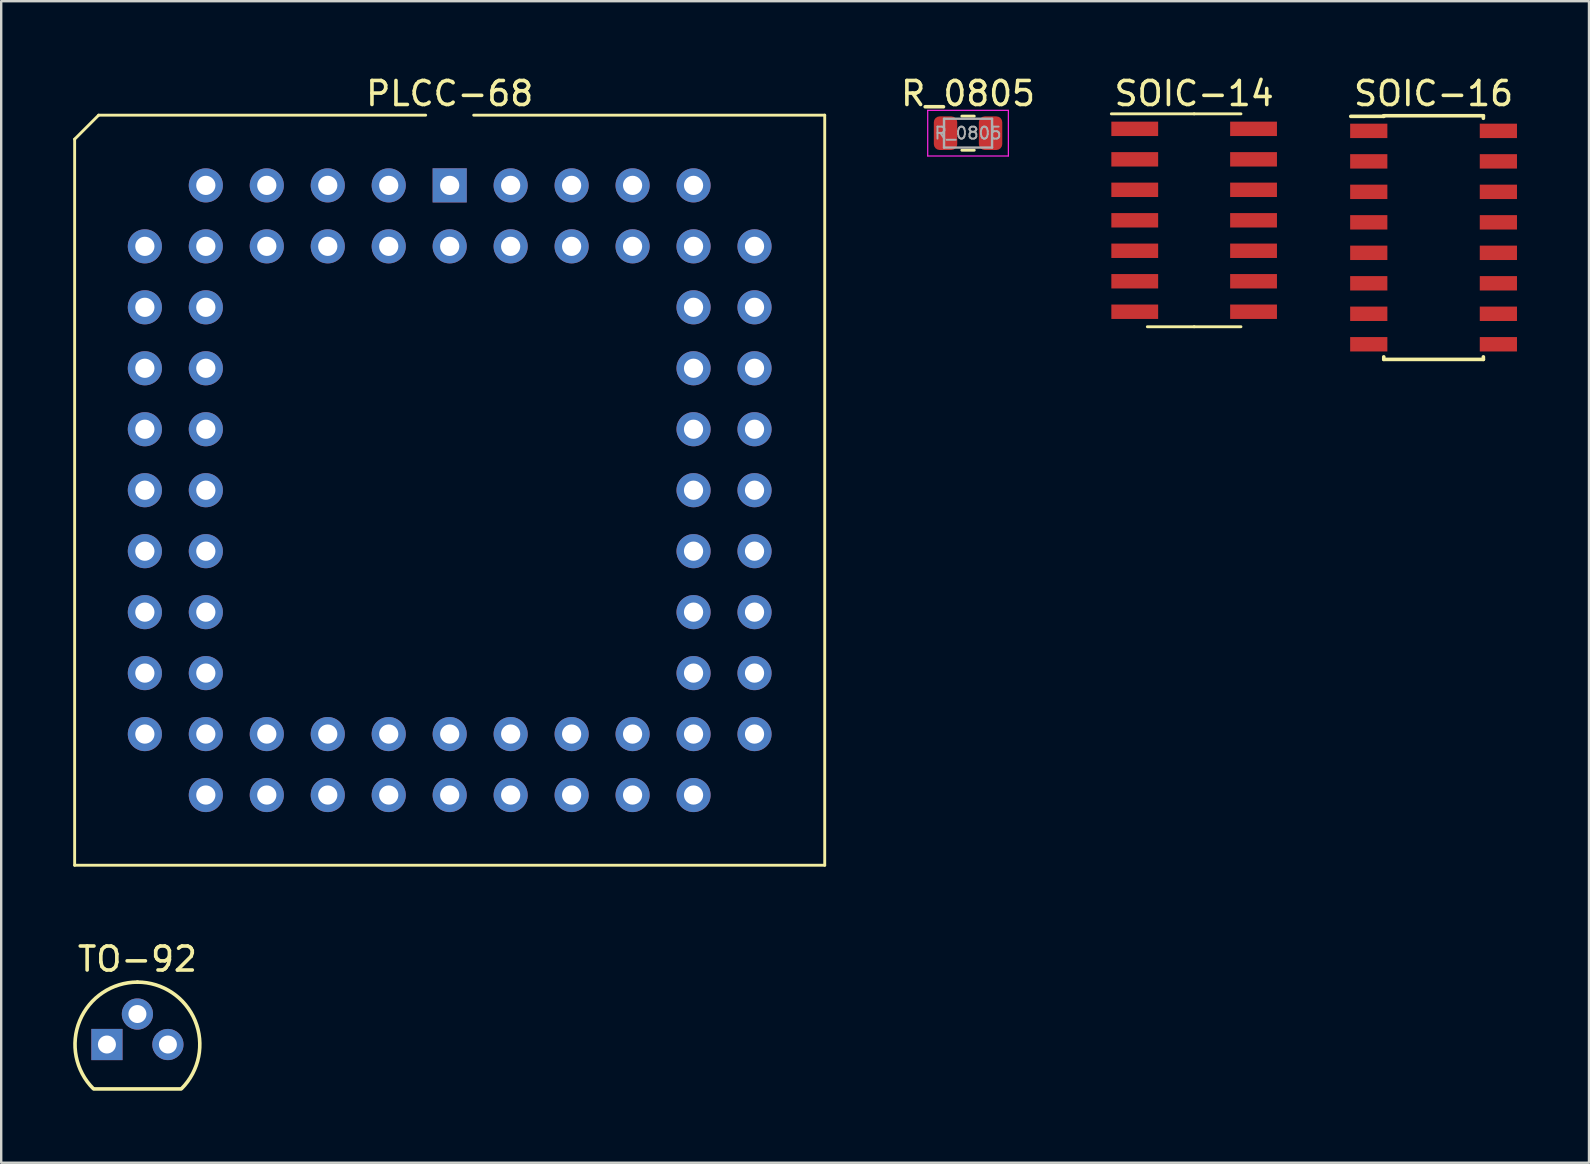
<source format=kicad_pcb>
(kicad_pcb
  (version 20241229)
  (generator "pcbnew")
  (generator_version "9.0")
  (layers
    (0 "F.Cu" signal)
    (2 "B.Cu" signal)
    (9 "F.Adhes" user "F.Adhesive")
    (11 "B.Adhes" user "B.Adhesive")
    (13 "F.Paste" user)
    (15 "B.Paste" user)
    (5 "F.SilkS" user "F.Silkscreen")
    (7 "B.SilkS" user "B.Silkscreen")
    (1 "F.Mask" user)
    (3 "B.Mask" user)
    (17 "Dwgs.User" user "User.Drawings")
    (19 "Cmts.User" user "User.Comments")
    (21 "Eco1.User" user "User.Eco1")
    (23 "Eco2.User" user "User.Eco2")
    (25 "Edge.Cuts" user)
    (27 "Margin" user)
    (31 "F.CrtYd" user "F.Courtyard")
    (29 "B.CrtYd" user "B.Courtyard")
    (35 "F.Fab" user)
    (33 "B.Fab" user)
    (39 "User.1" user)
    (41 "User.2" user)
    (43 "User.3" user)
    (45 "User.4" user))
  (footprint "R_0805"
    (layer "F.Cu")
    (at 37.281 2.498)
    (property "Reference" "R_0805" (at 0 -1.65 0) (layer "F.SilkS") (effects (font (size 1 1) (thickness 0.15))))
    (attr smd)
    (fp_line (start -0.259 -0.71) (end 0.259 -0.71) (stroke (width 0.12) (type solid)) (layer "F.SilkS"))
    (fp_line (start -0.259 0.71) (end 0.259 0.71) (stroke (width 0.12) (type solid)) (layer "F.SilkS"))
    (fp_line (start -1.68 -0.95) (end 1.68 -0.95) (stroke (width 0.05) (type solid)) (layer "F.CrtYd"))
    (fp_line (start -1.68 0.95) (end -1.68 -0.95) (stroke (width 0.05) (type solid)) (layer "F.CrtYd"))
    (fp_line (start 1.68 -0.95) (end 1.68 0.95) (stroke (width 0.05) (type solid)) (layer "F.CrtYd"))
    (fp_line (start 1.68 0.95) (end -1.68 0.95) (stroke (width 0.05) (type solid)) (layer "F.CrtYd"))
    (fp_line (start -1 -0.6) (end 1 -0.6) (stroke (width 0.1) (type solid)) (layer "F.Fab"))
    (fp_line (start -1 0.6) (end -1 -0.6) (stroke (width 0.1) (type solid)) (layer "F.Fab"))
    (fp_line (start 1 -0.6) (end 1 0.6) (stroke (width 0.1) (type solid)) (layer "F.Fab"))
    (fp_line (start 1 0.6) (end -1 0.6) (stroke (width 0.1) (type solid)) (layer "F.Fab"))
    (fp_text user "${REFERENCE}" (at 0 0 0) (layer "F.Fab") (effects (font (size 0.5 0.5) (thickness 0.08))))
    (pad "1" smd roundrect (at -0.938 0) (size 0.975 1.4) (layers "F.Cu" "F.Mask" "F.Paste") (roundrect_rratio 0.25))
    (pad "2" smd roundrect (at 0.938 0) (size 0.975 1.4) (layers "F.Cu" "F.Mask" "F.Paste") (roundrect_rratio 0.25)))
  (footprint "PLCC-68"
    (layer "F.Cu")
    (at 15.685 4.673)
    (property "Reference" "PLCC-68" (at 0 -3.825 0) (layer "F.SilkS") (effects (font (size 1 1) (thickness 0.15))))
    (attr through_hole)
    (fp_line (start -15.625 -1.925) (end -15.625 28.325) (stroke (width 0.12) (type solid)) (layer "F.SilkS"))
    (fp_line (start -15.625 28.325) (end 15.625 28.325) (stroke (width 0.12) (type solid)) (layer "F.SilkS"))
    (fp_line (start -14.625 -2.925) (end -15.625 -1.925) (stroke (width 0.12) (type solid)) (layer "F.SilkS"))
    (fp_line (start -1 -2.925) (end -14.625 -2.925) (stroke (width 0.12) (type solid)) (layer "F.SilkS"))
    (fp_line (start 15.625 -2.925) (end 1 -2.925) (stroke (width 0.12) (type solid)) (layer "F.SilkS"))
    (fp_line (start 15.625 28.325) (end 15.625 -2.925) (stroke (width 0.12) (type solid)) (layer "F.SilkS"))
    (pad "1" thru_hole rect (at 0 0) (size 1.422 1.422) (drill 0.8) (layers "*.Cu" "*.Mask"))
    (pad "2" thru_hole circle (at 0 2.54) (size 1.422 1.422) (drill 0.8) (layers "*.Cu" "*.Mask"))
    (pad "3" thru_hole circle (at -2.54 0) (size 1.422 1.422) (drill 0.8) (layers "*.Cu" "*.Mask"))
    (pad "4" thru_hole circle (at -2.54 2.54) (size 1.422 1.422) (drill 0.8) (layers "*.Cu" "*.Mask"))
    (pad "5" thru_hole circle (at -5.08 0) (size 1.422 1.422) (drill 0.8) (layers "*.Cu" "*.Mask"))
    (pad "6" thru_hole circle (at -5.08 2.54) (size 1.422 1.422) (drill 0.8) (layers "*.Cu" "*.Mask"))
    (pad "7" thru_hole circle (at -7.62 0) (size 1.422 1.422) (drill 0.8) (layers "*.Cu" "*.Mask"))
    (pad "8" thru_hole circle (at -7.62 2.54) (size 1.422 1.422) (drill 0.8) (layers "*.Cu" "*.Mask"))
    (pad "9" thru_hole circle (at -10.16 0) (size 1.422 1.422) (drill 0.8) (layers "*.Cu" "*.Mask"))
    (pad "10" thru_hole circle (at -12.7 2.54) (size 1.422 1.422) (drill 0.8) (layers "*.Cu" "*.Mask"))
    (pad "11" thru_hole circle (at -10.16 2.54) (size 1.422 1.422) (drill 0.8) (layers "*.Cu" "*.Mask"))
    (pad "12" thru_hole circle (at -12.7 5.08) (size 1.422 1.422) (drill 0.8) (layers "*.Cu" "*.Mask"))
    (pad "13" thru_hole circle (at -10.16 5.08) (size 1.422 1.422) (drill 0.8) (layers "*.Cu" "*.Mask"))
    (pad "14" thru_hole circle (at -12.7 7.62) (size 1.422 1.422) (drill 0.8) (layers "*.Cu" "*.Mask"))
    (pad "15" thru_hole circle (at -10.16 7.62) (size 1.422 1.422) (drill 0.8) (layers "*.Cu" "*.Mask"))
    (pad "16" thru_hole circle (at -12.7 10.16) (size 1.422 1.422) (drill 0.8) (layers "*.Cu" "*.Mask"))
    (pad "17" thru_hole circle (at -10.16 10.16) (size 1.422 1.422) (drill 0.8) (layers "*.Cu" "*.Mask"))
    (pad "18" thru_hole circle (at -12.7 12.7) (size 1.422 1.422) (drill 0.8) (layers "*.Cu" "*.Mask"))
    (pad "19" thru_hole circle (at -10.16 12.7) (size 1.422 1.422) (drill 0.8) (layers "*.Cu" "*.Mask"))
    (pad "20" thru_hole circle (at -12.7 15.24) (size 1.422 1.422) (drill 0.8) (layers "*.Cu" "*.Mask"))
    (pad "21" thru_hole circle (at -10.16 15.24) (size 1.422 1.422) (drill 0.8) (layers "*.Cu" "*.Mask"))
    (pad "22" thru_hole circle (at -12.7 17.78) (size 1.422 1.422) (drill 0.8) (layers "*.Cu" "*.Mask"))
    (pad "23" thru_hole circle (at -10.16 17.78) (size 1.422 1.422) (drill 0.8) (layers "*.Cu" "*.Mask"))
    (pad "24" thru_hole circle (at -12.7 20.32) (size 1.422 1.422) (drill 0.8) (layers "*.Cu" "*.Mask"))
    (pad "25" thru_hole circle (at -10.16 20.32) (size 1.422 1.422) (drill 0.8) (layers "*.Cu" "*.Mask"))
    (pad "26" thru_hole circle (at -12.7 22.86) (size 1.422 1.422) (drill 0.8) (layers "*.Cu" "*.Mask"))
    (pad "27" thru_hole circle (at -10.16 25.4) (size 1.422 1.422) (drill 0.8) (layers "*.Cu" "*.Mask"))
    (pad "28" thru_hole circle (at -10.16 22.86) (size 1.422 1.422) (drill 0.8) (layers "*.Cu" "*.Mask"))
    (pad "29" thru_hole circle (at -7.62 25.4) (size 1.422 1.422) (drill 0.8) (layers "*.Cu" "*.Mask"))
    (pad "30" thru_hole circle (at -7.62 22.86) (size 1.422 1.422) (drill 0.8) (layers "*.Cu" "*.Mask"))
    (pad "31" thru_hole circle (at -5.08 25.4) (size 1.422 1.422) (drill 0.8) (layers "*.Cu" "*.Mask"))
    (pad "32" thru_hole circle (at -5.08 22.86) (size 1.422 1.422) (drill 0.8) (layers "*.Cu" "*.Mask"))
    (pad "33" thru_hole circle (at -2.54 25.4) (size 1.422 1.422) (drill 0.8) (layers "*.Cu" "*.Mask"))
    (pad "34" thru_hole circle (at -2.54 22.86) (size 1.422 1.422) (drill 0.8) (layers "*.Cu" "*.Mask"))
    (pad "35" thru_hole circle (at 0 25.4) (size 1.422 1.422) (drill 0.8) (layers "*.Cu" "*.Mask"))
    (pad "36" thru_hole circle (at 0 22.86) (size 1.422 1.422) (drill 0.8) (layers "*.Cu" "*.Mask"))
    (pad "37" thru_hole circle (at 2.54 25.4) (size 1.422 1.422) (drill 0.8) (layers "*.Cu" "*.Mask"))
    (pad "38" thru_hole circle (at 2.54 22.86) (size 1.422 1.422) (drill 0.8) (layers "*.Cu" "*.Mask"))
    (pad "39" thru_hole circle (at 5.08 25.4) (size 1.422 1.422) (drill 0.8) (layers "*.Cu" "*.Mask"))
    (pad "40" thru_hole circle (at 5.08 22.86) (size 1.422 1.422) (drill 0.8) (layers "*.Cu" "*.Mask"))
    (pad "41" thru_hole circle (at 7.62 25.4) (size 1.422 1.422) (drill 0.8) (layers "*.Cu" "*.Mask"))
    (pad "42" thru_hole circle (at 7.62 22.86) (size 1.422 1.422) (drill 0.8) (layers "*.Cu" "*.Mask"))
    (pad "43" thru_hole circle (at 10.16 25.4) (size 1.422 1.422) (drill 0.8) (layers "*.Cu" "*.Mask"))
    (pad "44" thru_hole circle (at 12.7 22.86) (size 1.422 1.422) (drill 0.8) (layers "*.Cu" "*.Mask"))
    (pad "45" thru_hole circle (at 10.16 22.86) (size 1.422 1.422) (drill 0.8) (layers "*.Cu" "*.Mask"))
    (pad "46" thru_hole circle (at 12.7 20.32) (size 1.422 1.422) (drill 0.8) (layers "*.Cu" "*.Mask"))
    (pad "47" thru_hole circle (at 10.16 20.32) (size 1.422 1.422) (drill 0.8) (layers "*.Cu" "*.Mask"))
    (pad "48" thru_hole circle (at 12.7 17.78) (size 1.422 1.422) (drill 0.8) (layers "*.Cu" "*.Mask"))
    (pad "49" thru_hole circle (at 10.16 17.78) (size 1.422 1.422) (drill 0.8) (layers "*.Cu" "*.Mask"))
    (pad "50" thru_hole circle (at 12.7 15.24) (size 1.422 1.422) (drill 0.8) (layers "*.Cu" "*.Mask"))
    (pad "51" thru_hole circle (at 10.16 15.24) (size 1.422 1.422) (drill 0.8) (layers "*.Cu" "*.Mask"))
    (pad "52" thru_hole circle (at 12.7 12.7) (size 1.422 1.422) (drill 0.8) (layers "*.Cu" "*.Mask"))
    (pad "53" thru_hole circle (at 10.16 12.7) (size 1.422 1.422) (drill 0.8) (layers "*.Cu" "*.Mask"))
    (pad "54" thru_hole circle (at 12.7 10.16) (size 1.422 1.422) (drill 0.8) (layers "*.Cu" "*.Mask"))
    (pad "55" thru_hole circle (at 10.16 10.16) (size 1.422 1.422) (drill 0.8) (layers "*.Cu" "*.Mask"))
    (pad "56" thru_hole circle (at 12.7 7.62) (size 1.422 1.422) (drill 0.8) (layers "*.Cu" "*.Mask"))
    (pad "57" thru_hole circle (at 10.16 7.62) (size 1.422 1.422) (drill 0.8) (layers "*.Cu" "*.Mask"))
    (pad "58" thru_hole circle (at 12.7 5.08) (size 1.422 1.422) (drill 0.8) (layers "*.Cu" "*.Mask"))
    (pad "59" thru_hole circle (at 10.16 5.08) (size 1.422 1.422) (drill 0.8) (layers "*.Cu" "*.Mask"))
    (pad "60" thru_hole circle (at 12.7 2.54) (size 1.422 1.422) (drill 0.8) (layers "*.Cu" "*.Mask"))
    (pad "61" thru_hole circle (at 10.16 0) (size 1.422 1.422) (drill 0.8) (layers "*.Cu" "*.Mask"))
    (pad "62" thru_hole circle (at 10.16 2.54) (size 1.422 1.422) (drill 0.8) (layers "*.Cu" "*.Mask"))
    (pad "63" thru_hole circle (at 7.62 0) (size 1.422 1.422) (drill 0.8) (layers "*.Cu" "*.Mask"))
    (pad "64" thru_hole circle (at 7.62 2.54) (size 1.422 1.422) (drill 0.8) (layers "*.Cu" "*.Mask"))
    (pad "65" thru_hole circle (at 5.08 0) (size 1.422 1.422) (drill 0.8) (layers "*.Cu" "*.Mask"))
    (pad "66" thru_hole circle (at 5.08 2.54) (size 1.422 1.422) (drill 0.8) (layers "*.Cu" "*.Mask"))
    (pad "67" thru_hole circle (at 2.54 0) (size 1.422 1.422) (drill 0.8) (layers "*.Cu" "*.Mask"))
    (pad "68" thru_hole circle (at 2.54 2.54) (size 1.422 1.422) (drill 0.8) (layers "*.Cu" "*.Mask")))
  (footprint "SOIC-16"
    (layer "F.Cu")
    (at 56.676 6.848)
    (property "Reference" "SOIC-16" (at 0 -6 0) (layer "F.SilkS") (effects (font (size 1 1) (thickness 0.15))))
    (attr smd)
    (fp_line (start -2.075 -5.075) (end -2.075 -5.05) (stroke (width 0.15) (type solid)) (layer "F.SilkS"))
    (fp_line (start -2.075 -5.075) (end 2.075 -5.075) (stroke (width 0.15) (type solid)) (layer "F.SilkS"))
    (fp_line (start -2.075 -5.05) (end -3.45 -5.05) (stroke (width 0.15) (type solid)) (layer "F.SilkS"))
    (fp_line (start -2.075 5.075) (end -2.075 4.97) (stroke (width 0.15) (type solid)) (layer "F.SilkS"))
    (fp_line (start -2.075 5.075) (end 2.075 5.075) (stroke (width 0.15) (type solid)) (layer "F.SilkS"))
    (fp_line (start 2.075 -5.075) (end 2.075 -4.97) (stroke (width 0.15) (type solid)) (layer "F.SilkS"))
    (fp_line (start 2.075 5.075) (end 2.075 4.97) (stroke (width 0.15) (type solid)) (layer "F.SilkS"))
    (pad "1" smd rect (at -2.7 -4.445) (size 1.55 0.6) (layers "F.Cu" "F.Mask" "F.Paste"))
    (pad "2" smd rect (at -2.7 -3.175) (size 1.55 0.6) (layers "F.Cu" "F.Mask" "F.Paste"))
    (pad "3" smd rect (at -2.7 -1.905) (size 1.55 0.6) (layers "F.Cu" "F.Mask" "F.Paste"))
    (pad "4" smd rect (at -2.7 -0.635) (size 1.55 0.6) (layers "F.Cu" "F.Mask" "F.Paste"))
    (pad "5" smd rect (at -2.7 0.635) (size 1.55 0.6) (layers "F.Cu" "F.Mask" "F.Paste"))
    (pad "6" smd rect (at -2.7 1.905) (size 1.55 0.6) (layers "F.Cu" "F.Mask" "F.Paste"))
    (pad "7" smd rect (at -2.7 3.175) (size 1.55 0.6) (layers "F.Cu" "F.Mask" "F.Paste"))
    (pad "8" smd rect (at -2.7 4.445) (size 1.55 0.6) (layers "F.Cu" "F.Mask" "F.Paste"))
    (pad "9" smd rect (at 2.7 4.445) (size 1.55 0.6) (layers "F.Cu" "F.Mask" "F.Paste"))
    (pad "10" smd rect (at 2.7 3.175) (size 1.55 0.6) (layers "F.Cu" "F.Mask" "F.Paste"))
    (pad "11" smd rect (at 2.7 1.905) (size 1.55 0.6) (layers "F.Cu" "F.Mask" "F.Paste"))
    (pad "12" smd rect (at 2.7 0.635) (size 1.55 0.6) (layers "F.Cu" "F.Mask" "F.Paste"))
    (pad "13" smd rect (at 2.7 -0.635) (size 1.55 0.6) (layers "F.Cu" "F.Mask" "F.Paste"))
    (pad "14" smd rect (at 2.7 -1.905) (size 1.55 0.6) (layers "F.Cu" "F.Mask" "F.Paste"))
    (pad "15" smd rect (at 2.7 -3.175) (size 1.55 0.6) (layers "F.Cu" "F.Mask" "F.Paste"))
    (pad "16" smd rect (at 2.7 -4.445) (size 1.55 0.6) (layers "F.Cu" "F.Mask" "F.Paste")))
  (footprint "TO-92"
    (layer "F.Cu")
    (at 1.405 40.467)
    (property "Reference" "TO-92" (at 1.27 -3.56 0) (layer "F.SilkS") (effects (font (size 1 1) (thickness 0.15))))
    (attr through_hole)
    (fp_line (start -0.53 1.85) (end 3.07 1.85) (stroke (width 0.15) (type solid)) (layer "F.SilkS"))
    (fp_arc (start -0.568478 1.838478) (mid -1.132087 -0.994977) (end 1.27 -2.6) (stroke (width 0.15) (type solid)) (layer "F.SilkS"))
    (fp_arc (start 1.27 -2.6) (mid 3.672087 -0.994977) (end 3.108478 1.838478) (stroke (width 0.15) (type solid)) (layer "F.SilkS"))
    (pad "1" thru_hole rect (at 0 0 90) (size 1.3 1.3) (drill 0.75) (layers "*.Cu" "*.Mask"))
    (pad "2" thru_hole circle (at 1.27 -1.27 90) (size 1.3 1.3) (drill 0.75) (layers "*.Cu" "*.Mask"))
    (pad "3" thru_hole circle (at 2.54 0 90) (size 1.3 1.3) (drill 0.75) (layers "*.Cu" "*.Mask")))
  (footprint "SOIC-14"
    (layer "F.Cu")
    (at 46.701 6.128)
    (property "Reference" "SOIC-14" (at 0 -5.28 0) (layer "F.SilkS") (effects (font (size 1 1) (thickness 0.15))))
    (attr smd)
    (fp_line (start 0 -4.435) (end -3.45 -4.435) (stroke (width 0.12) (type solid)) (layer "F.SilkS"))
    (fp_line (start 0 -4.435) (end 1.95 -4.435) (stroke (width 0.12) (type solid)) (layer "F.SilkS"))
    (fp_line (start 0 4.435) (end -1.95 4.435) (stroke (width 0.12) (type solid)) (layer "F.SilkS"))
    (fp_line (start 0 4.435) (end 1.95 4.435) (stroke (width 0.12) (type solid)) (layer "F.SilkS"))
    (pad "1" smd rect (at -2.475 -3.81) (size 1.95 0.6) (layers "F.Cu" "F.Mask" "F.Paste"))
    (pad "2" smd rect (at -2.475 -2.54) (size 1.95 0.6) (layers "F.Cu" "F.Mask" "F.Paste"))
    (pad "3" smd rect (at -2.475 -1.27) (size 1.95 0.6) (layers "F.Cu" "F.Mask" "F.Paste"))
    (pad "4" smd rect (at -2.475 0) (size 1.95 0.6) (layers "F.Cu" "F.Mask" "F.Paste"))
    (pad "5" smd rect (at -2.475 1.27) (size 1.95 0.6) (layers "F.Cu" "F.Mask" "F.Paste"))
    (pad "6" smd rect (at -2.475 2.54) (size 1.95 0.6) (layers "F.Cu" "F.Mask" "F.Paste"))
    (pad "7" smd rect (at -2.475 3.81) (size 1.95 0.6) (layers "F.Cu" "F.Mask" "F.Paste"))
    (pad "8" smd rect (at 2.475 3.81) (size 1.95 0.6) (layers "F.Cu" "F.Mask" "F.Paste"))
    (pad "9" smd rect (at 2.475 2.54) (size 1.95 0.6) (layers "F.Cu" "F.Mask" "F.Paste"))
    (pad "10" smd rect (at 2.475 1.27) (size 1.95 0.6) (layers "F.Cu" "F.Mask" "F.Paste"))
    (pad "11" smd rect (at 2.475 0) (size 1.95 0.6) (layers "F.Cu" "F.Mask" "F.Paste"))
    (pad "12" smd rect (at 2.475 -1.27) (size 1.95 0.6) (layers "F.Cu" "F.Mask" "F.Paste"))
    (pad "13" smd rect (at 2.475 -2.54) (size 1.95 0.6) (layers "F.Cu" "F.Mask" "F.Paste"))
    (pad "14" smd rect (at 2.475 -3.81) (size 1.95 0.6) (layers "F.Cu" "F.Mask" "F.Paste")))
  (gr_rect
    (start -3 -3)
    (end 63.151 45.392)
    (stroke (width 0.1) (type default))
    (fill no)
    (layer "Edge.Cuts")))
</source>
